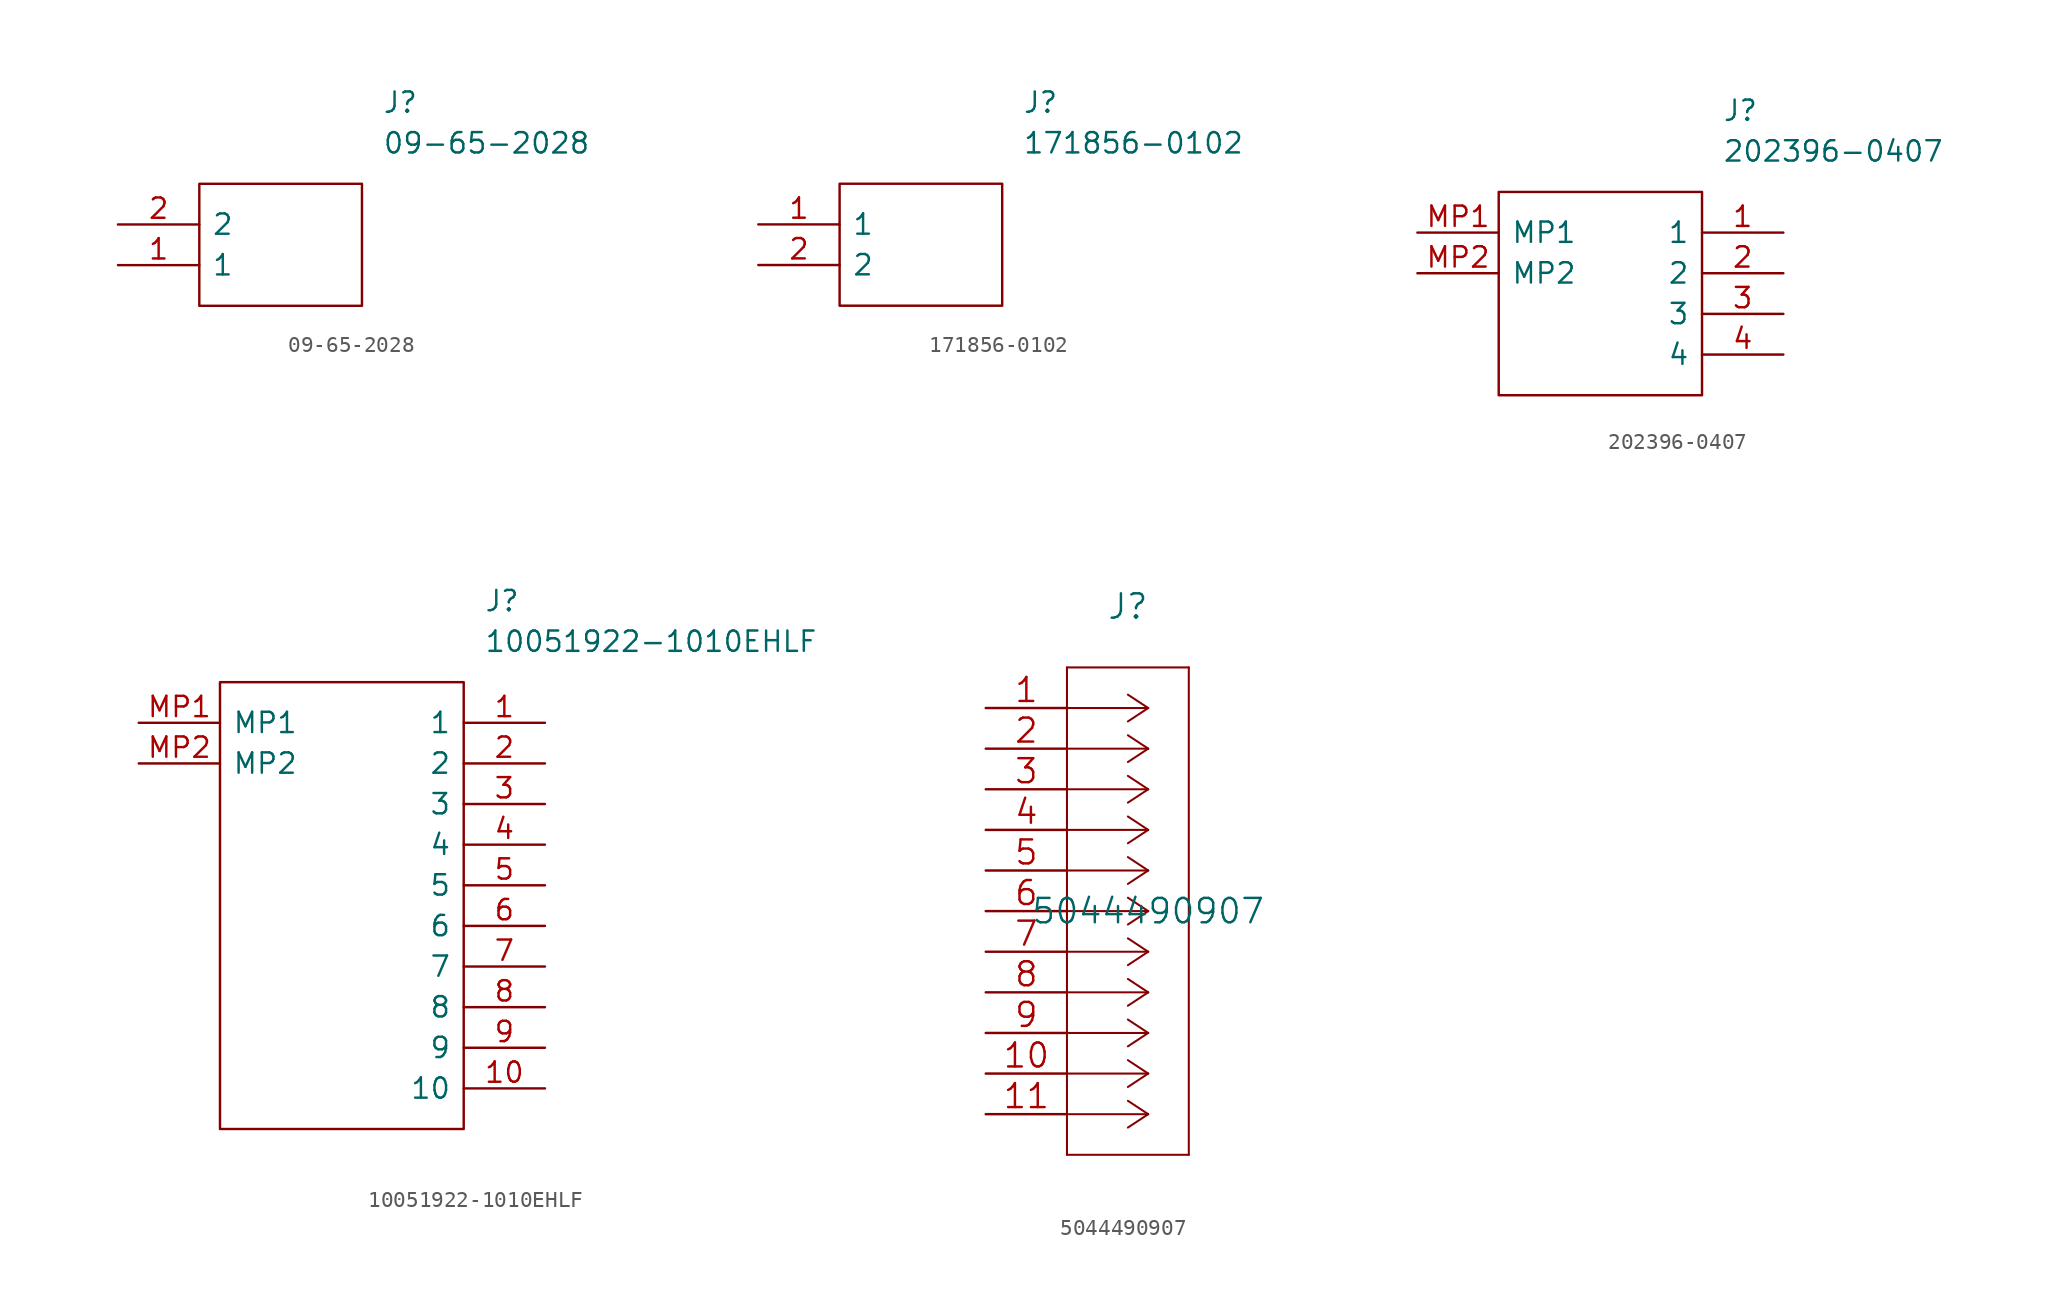
<source format=kicad_sym>
(kicad_symbol_lib
  (version 20211014)
  (generator kicad_symbol_editor)
  (symbol "09-65-2028"
    (pin_names
      (offset 0.762))
    (property "Reference" "J"
      (at 16.51 7.62 0)
      (effects (font (size 1.27 1.27)) (justify left)))
    (property "Value" "09-65-2028"
      (at 16.51 5.08 0)
      (effects (font (size 1.27 1.27)) (justify left)))
    (symbol "09-65-2028_0_0"
      (pin passive line (at 0 -2.54 0) (length 5.08) (name "1" (effects (font (size 1.27 1.27)))) (number "1" (effects (font (size 1.27 1.27)))))
      (pin passive line (at 0 0 0) (length 5.08) (name "2" (effects (font (size 1.27 1.27)))) (number "2" (effects (font (size 1.27 1.27))))))
    (symbol "09-65-2028_0_1"
      (polyline (pts (xy 5.08 2.54) (xy 15.24 2.54) (xy 15.24 -5.08) (xy 5.08 -5.08) (xy 5.08 2.54)) (stroke (width 0.152) (type default) (color 0 0 0 0)) (fill (type none)))))
  (symbol "171856-0102"
    (pin_names
      (offset 0.762))
    (property "Reference" "J"
      (at 16.51 7.62 0)
      (effects (font (size 1.27 1.27)) (justify left)))
    (property "Value" "171856-0102"
      (at 16.51 5.08 0)
      (effects (font (size 1.27 1.27)) (justify left)))
    (symbol "171856-0102_0_0"
      (pin passive line (at 0 0 0) (length 5.08) (name "1" (effects (font (size 1.27 1.27)))) (number "1" (effects (font (size 1.27 1.27)))))
      (pin passive line (at 0 -2.54 0) (length 5.08) (name "2" (effects (font (size 1.27 1.27)))) (number "2" (effects (font (size 1.27 1.27))))))
    (symbol "171856-0102_0_1"
      (polyline (pts (xy 5.08 2.54) (xy 15.24 2.54) (xy 15.24 -5.08) (xy 5.08 -5.08) (xy 5.08 2.54)) (stroke (width 0.152) (type default) (color 0 0 0 0)) (fill (type none)))))
  (symbol "202396-0407"
    (pin_names
      (offset 0.762))
    (property "Reference" "J"
      (at 19.05 7.62 0)
      (effects (font (size 1.27 1.27)) (justify left)))
    (property "Value" "202396-0407"
      (at 19.05 5.08 0)
      (effects (font (size 1.27 1.27)) (justify left)))
    (symbol "202396-0407_0_0"
      (pin passive line (at 22.86 0 180) (length 5.08) (name "1" (effects (font (size 1.27 1.27)))) (number "1" (effects (font (size 1.27 1.27)))))
      (pin passive line (at 22.86 -2.54 180) (length 5.08) (name "2" (effects (font (size 1.27 1.27)))) (number "2" (effects (font (size 1.27 1.27)))))
      (pin passive line (at 22.86 -5.08 180) (length 5.08) (name "3" (effects (font (size 1.27 1.27)))) (number "3" (effects (font (size 1.27 1.27)))))
      (pin passive line (at 22.86 -7.62 180) (length 5.08) (name "4" (effects (font (size 1.27 1.27)))) (number "4" (effects (font (size 1.27 1.27)))))
      (pin passive line (at 0 0 0) (length 5.08) (name "MP1" (effects (font (size 1.27 1.27)))) (number "MP1" (effects (font (size 1.27 1.27)))))
      (pin passive line (at 0 -2.54 0) (length 5.08) (name "MP2" (effects (font (size 1.27 1.27)))) (number "MP2" (effects (font (size 1.27 1.27))))))
    (symbol "202396-0407_0_1"
      (polyline (pts (xy 5.08 2.54) (xy 17.78 2.54) (xy 17.78 -10.16) (xy 5.08 -10.16) (xy 5.08 2.54)) (stroke (width 0.152) (type default) (color 0 0 0 0)) (fill (type none)))))
  (symbol "10051922-1010EHLF"
    (pin_names
      (offset 0.762))
    (property "Reference" "J"
      (at 21.59 7.62 0)
      (effects (font (size 1.27 1.27)) (justify left)))
    (property "Value" "10051922-1010EHLF"
      (at 21.59 5.08 0)
      (effects (font (size 1.27 1.27)) (justify left)))
    (symbol "10051922-1010EHLF_0_0"
      (pin passive line (at 25.4 0 180) (length 5.08) (name "1" (effects (font (size 1.27 1.27)))) (number "1" (effects (font (size 1.27 1.27)))))
      (pin passive line (at 25.4 -22.86 180) (length 5.08) (name "10" (effects (font (size 1.27 1.27)))) (number "10" (effects (font (size 1.27 1.27)))))
      (pin passive line (at 25.4 -2.54 180) (length 5.08) (name "2" (effects (font (size 1.27 1.27)))) (number "2" (effects (font (size 1.27 1.27)))))
      (pin passive line (at 25.4 -5.08 180) (length 5.08) (name "3" (effects (font (size 1.27 1.27)))) (number "3" (effects (font (size 1.27 1.27)))))
      (pin passive line (at 25.4 -7.62 180) (length 5.08) (name "4" (effects (font (size 1.27 1.27)))) (number "4" (effects (font (size 1.27 1.27)))))
      (pin passive line (at 25.4 -10.16 180) (length 5.08) (name "5" (effects (font (size 1.27 1.27)))) (number "5" (effects (font (size 1.27 1.27)))))
      (pin passive line (at 25.4 -12.7 180) (length 5.08) (name "6" (effects (font (size 1.27 1.27)))) (number "6" (effects (font (size 1.27 1.27)))))
      (pin passive line (at 25.4 -15.24 180) (length 5.08) (name "7" (effects (font (size 1.27 1.27)))) (number "7" (effects (font (size 1.27 1.27)))))
      (pin passive line (at 25.4 -17.78 180) (length 5.08) (name "8" (effects (font (size 1.27 1.27)))) (number "8" (effects (font (size 1.27 1.27)))))
      (pin passive line (at 25.4 -20.32 180) (length 5.08) (name "9" (effects (font (size 1.27 1.27)))) (number "9" (effects (font (size 1.27 1.27)))))
      (pin passive line (at 0 0 0) (length 5.08) (name "MP1" (effects (font (size 1.27 1.27)))) (number "MP1" (effects (font (size 1.27 1.27)))))
      (pin passive line (at 0 -2.54 0) (length 5.08) (name "MP2" (effects (font (size 1.27 1.27)))) (number "MP2" (effects (font (size 1.27 1.27))))))
    (symbol "10051922-1010EHLF_0_1"
      (polyline (pts (xy 5.08 2.54) (xy 20.32 2.54) (xy 20.32 -25.4) (xy 5.08 -25.4) (xy 5.08 2.54)) (stroke (width 0.152) (type default) (color 0 0 0 0)) (fill (type none)))))
  (symbol "5044490907"
    (pin_names
      (offset 0.254) hide)
    (property "Reference" "J"
      (at 8.89 6.35 0)
      (effects (font (size 1.524 1.524))))
    (property "Value" "5044490907"
      (at 10.16 -12.7 0)
      (effects (font (size 1.524 1.524))))
    (property "Datasheet" ""
      (at 0 0 0)
      (effects (font (size 1.524 1.524))))
    (property "ki_locked" ""
      (at 0 0 0)
      (effects (font (size 1.27 1.27))))
    (symbol "5044490907_1_1"
      (polyline (pts (xy 5.08 -27.94) (xy 12.7 -27.94)) (stroke (width 0.127) (type default) (color 0 0 0 0)) (fill (type none)))
      (polyline (pts (xy 5.08 2.54) (xy 5.08 -27.94)) (stroke (width 0.127) (type default) (color 0 0 0 0)) (fill (type none)))
      (polyline (pts (xy 10.16 -25.4) (xy 5.08 -25.4)) (stroke (width 0.127) (type default) (color 0 0 0 0)) (fill (type none)))
      (polyline (pts (xy 10.16 -25.4) (xy 8.89 -26.238)) (stroke (width 0.127) (type default) (color 0 0 0 0)) (fill (type none)))
      (polyline (pts (xy 10.16 -25.4) (xy 8.89 -24.562)) (stroke (width 0.127) (type default) (color 0 0 0 0)) (fill (type none)))
      (polyline (pts (xy 10.16 -22.86) (xy 5.08 -22.86)) (stroke (width 0.127) (type default) (color 0 0 0 0)) (fill (type none)))
      (polyline (pts (xy 10.16 -22.86) (xy 8.89 -23.698)) (stroke (width 0.127) (type default) (color 0 0 0 0)) (fill (type none)))
      (polyline (pts (xy 10.16 -22.86) (xy 8.89 -22.022)) (stroke (width 0.127) (type default) (color 0 0 0 0)) (fill (type none)))
      (polyline (pts (xy 10.16 -20.32) (xy 5.08 -20.32)) (stroke (width 0.127) (type default) (color 0 0 0 0)) (fill (type none)))
      (polyline (pts (xy 10.16 -20.32) (xy 8.89 -21.158)) (stroke (width 0.127) (type default) (color 0 0 0 0)) (fill (type none)))
      (polyline (pts (xy 10.16 -20.32) (xy 8.89 -19.482)) (stroke (width 0.127) (type default) (color 0 0 0 0)) (fill (type none)))
      (polyline (pts (xy 10.16 -17.78) (xy 5.08 -17.78)) (stroke (width 0.127) (type default) (color 0 0 0 0)) (fill (type none)))
      (polyline (pts (xy 10.16 -17.78) (xy 8.89 -18.618)) (stroke (width 0.127) (type default) (color 0 0 0 0)) (fill (type none)))
      (polyline (pts (xy 10.16 -17.78) (xy 8.89 -16.942)) (stroke (width 0.127) (type default) (color 0 0 0 0)) (fill (type none)))
      (polyline (pts (xy 10.16 -15.24) (xy 5.08 -15.24)) (stroke (width 0.127) (type default) (color 0 0 0 0)) (fill (type none)))
      (polyline (pts (xy 10.16 -15.24) (xy 8.89 -16.078)) (stroke (width 0.127) (type default) (color 0 0 0 0)) (fill (type none)))
      (polyline (pts (xy 10.16 -15.24) (xy 8.89 -14.402)) (stroke (width 0.127) (type default) (color 0 0 0 0)) (fill (type none)))
      (polyline (pts (xy 10.16 -12.7) (xy 5.08 -12.7)) (stroke (width 0.127) (type default) (color 0 0 0 0)) (fill (type none)))
      (polyline (pts (xy 10.16 -12.7) (xy 8.89 -13.538)) (stroke (width 0.127) (type default) (color 0 0 0 0)) (fill (type none)))
      (polyline (pts (xy 10.16 -12.7) (xy 8.89 -11.862)) (stroke (width 0.127) (type default) (color 0 0 0 0)) (fill (type none)))
      (polyline (pts (xy 10.16 -10.16) (xy 5.08 -10.16)) (stroke (width 0.127) (type default) (color 0 0 0 0)) (fill (type none)))
      (polyline (pts (xy 10.16 -10.16) (xy 8.89 -10.998)) (stroke (width 0.127) (type default) (color 0 0 0 0)) (fill (type none)))
      (polyline (pts (xy 10.16 -10.16) (xy 8.89 -9.322)) (stroke (width 0.127) (type default) (color 0 0 0 0)) (fill (type none)))
      (polyline (pts (xy 10.16 -7.62) (xy 5.08 -7.62)) (stroke (width 0.127) (type default) (color 0 0 0 0)) (fill (type none)))
      (polyline (pts (xy 10.16 -7.62) (xy 8.89 -8.458)) (stroke (width 0.127) (type default) (color 0 0 0 0)) (fill (type none)))
      (polyline (pts (xy 10.16 -7.62) (xy 8.89 -6.782)) (stroke (width 0.127) (type default) (color 0 0 0 0)) (fill (type none)))
      (polyline (pts (xy 10.16 -5.08) (xy 5.08 -5.08)) (stroke (width 0.127) (type default) (color 0 0 0 0)) (fill (type none)))
      (polyline (pts (xy 10.16 -5.08) (xy 8.89 -5.918)) (stroke (width 0.127) (type default) (color 0 0 0 0)) (fill (type none)))
      (polyline (pts (xy 10.16 -5.08) (xy 8.89 -4.242)) (stroke (width 0.127) (type default) (color 0 0 0 0)) (fill (type none)))
      (polyline (pts (xy 10.16 -2.54) (xy 5.08 -2.54)) (stroke (width 0.127) (type default) (color 0 0 0 0)) (fill (type none)))
      (polyline (pts (xy 10.16 -2.54) (xy 8.89 -3.378)) (stroke (width 0.127) (type default) (color 0 0 0 0)) (fill (type none)))
      (polyline (pts (xy 10.16 -2.54) (xy 8.89 -1.702)) (stroke (width 0.127) (type default) (color 0 0 0 0)) (fill (type none)))
      (polyline (pts (xy 10.16 0) (xy 5.08 0)) (stroke (width 0.127) (type default) (color 0 0 0 0)) (fill (type none)))
      (polyline (pts (xy 10.16 0) (xy 8.89 -0.838)) (stroke (width 0.127) (type default) (color 0 0 0 0)) (fill (type none)))
      (polyline (pts (xy 10.16 0) (xy 8.89 0.838)) (stroke (width 0.127) (type default) (color 0 0 0 0)) (fill (type none)))
      (polyline (pts (xy 12.7 -27.94) (xy 12.7 2.54)) (stroke (width 0.127) (type default) (color 0 0 0 0)) (fill (type none)))
      (polyline (pts (xy 12.7 2.54) (xy 5.08 2.54)) (stroke (width 0.127) (type default) (color 0 0 0 0)) (fill (type none)))
      (pin unspecified line (at 0 0 0) (length 5.08) (name "1" (effects (font (size 1.499 1.499)))) (number "1" (effects (font (size 1.499 1.499)))))
      (pin unspecified line (at 0 -22.86 0) (length 5.08) (name "10" (effects (font (size 1.499 1.499)))) (number "10" (effects (font (size 1.499 1.499)))))
      (pin unspecified line (at 0 -25.4 0) (length 5.08) (name "11" (effects (font (size 1.499 1.499)))) (number "11" (effects (font (size 1.499 1.499)))))
      (pin unspecified line (at 0 -2.54 0) (length 5.08) (name "2" (effects (font (size 1.499 1.499)))) (number "2" (effects (font (size 1.499 1.499)))))
      (pin unspecified line (at 0 -5.08 0) (length 5.08) (name "3" (effects (font (size 1.499 1.499)))) (number "3" (effects (font (size 1.499 1.499)))))
      (pin unspecified line (at 0 -7.62 0) (length 5.08) (name "4" (effects (font (size 1.499 1.499)))) (number "4" (effects (font (size 1.499 1.499)))))
      (pin unspecified line (at 0 -10.16 0) (length 5.08) (name "5" (effects (font (size 1.499 1.499)))) (number "5" (effects (font (size 1.499 1.499)))))
      (pin unspecified line (at 0 -12.7 0) (length 5.08) (name "6" (effects (font (size 1.499 1.499)))) (number "6" (effects (font (size 1.499 1.499)))))
      (pin unspecified line (at 0 -15.24 0) (length 5.08) (name "7" (effects (font (size 1.499 1.499)))) (number "7" (effects (font (size 1.499 1.499)))))
      (pin unspecified line (at 0 -17.78 0) (length 5.08) (name "8" (effects (font (size 1.499 1.499)))) (number "8" (effects (font (size 1.499 1.499)))))
      (pin unspecified line (at 0 -20.32 0) (length 5.08) (name "9" (effects (font (size 1.499 1.499)))) (number "9" (effects (font (size 1.499 1.499))))))))
</source>
